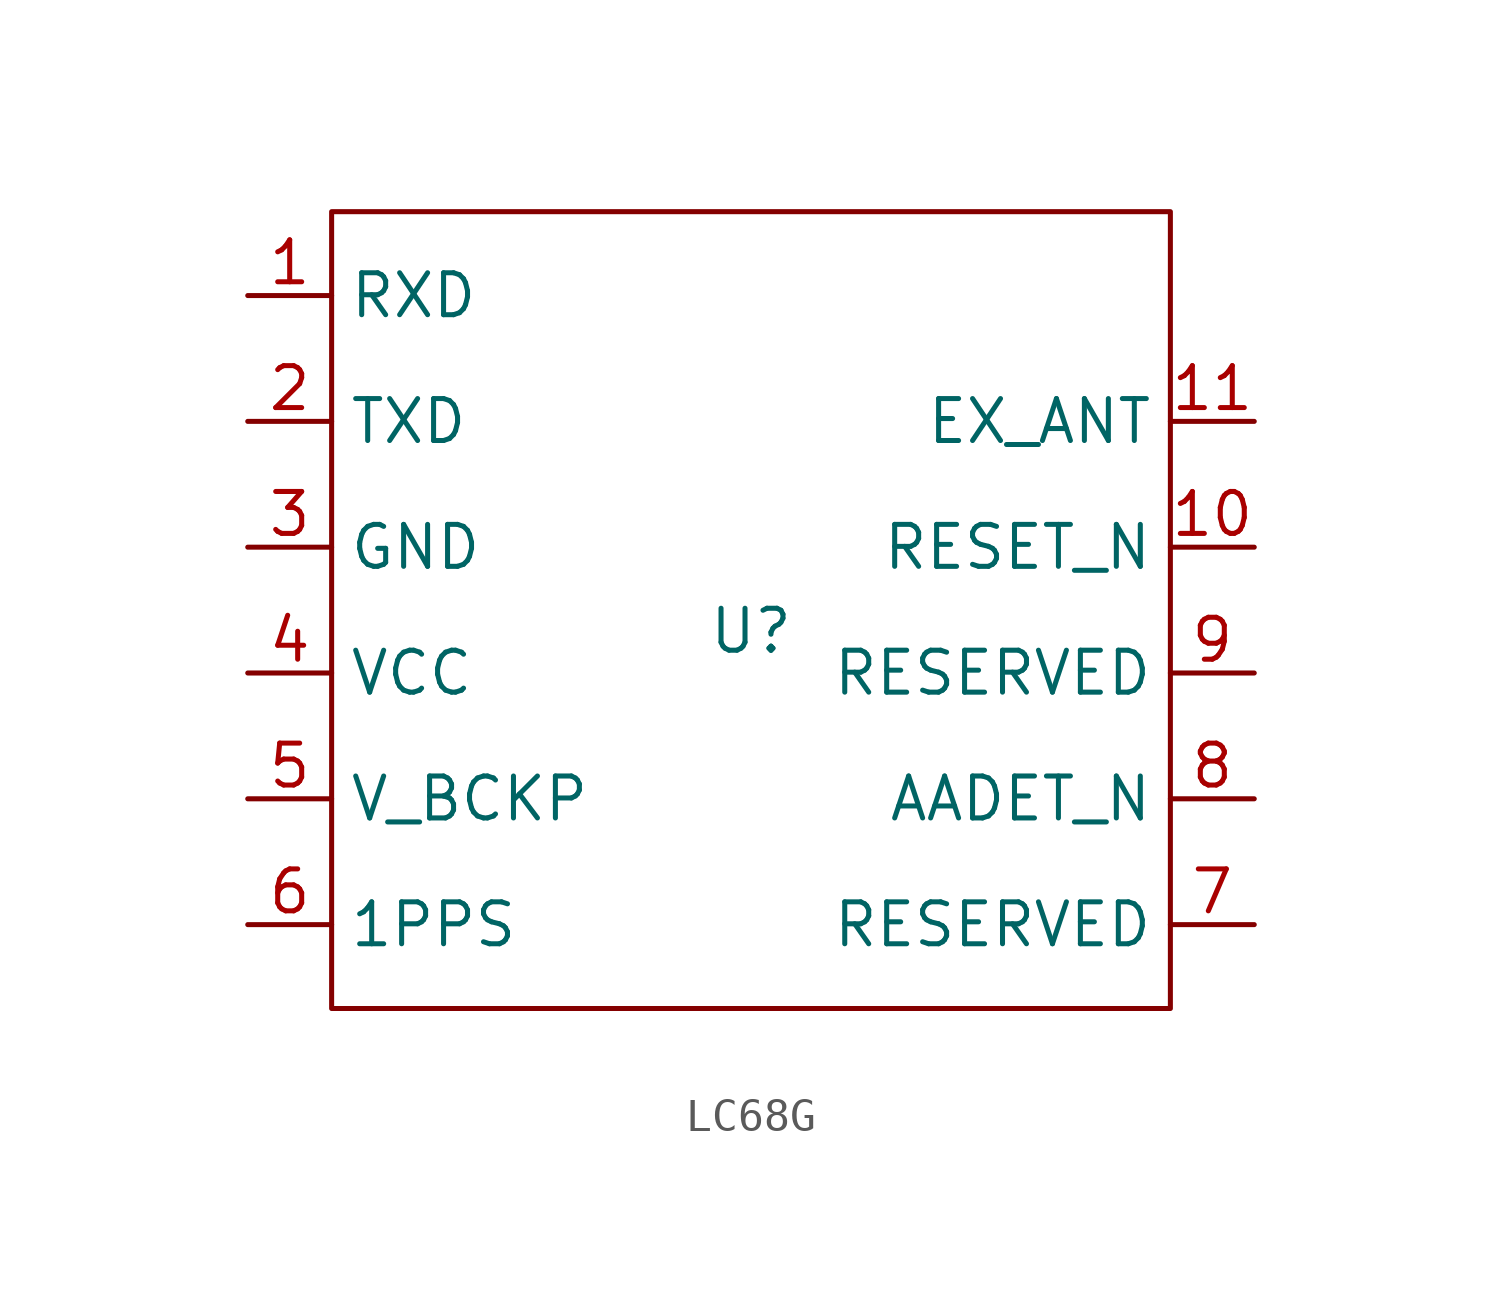
<source format=kicad_sym>
(kicad_symbol_lib
  (version 20241209)
  (generator "kicad_symbol_editor")
  (generator_version "9.0")
  (symbol "LC68G"
    (property "Reference" "U"
      (at 0 0 0)
      (effects (font (size 1.27 1.27))))
    (property "Value" ""
      (at 0 0 0)
      (effects (font (size 1.27 1.27))))
    (symbol "LC68G_0_1"
      (rectangle (start -12.7 12.7) (end 12.7 -11.43) (stroke (width 0) (type default)) (fill (type none))))
    (symbol "LC68G_1_1"
      (pin input line (at -15.24 10.16 0) (length 2.54) (name "RXD" (effects (font (size 1.27 1.27)))) (number "1" (effects (font (size 1.27 1.27)))))
      (pin input line (at -15.24 6.35 0) (length 2.54) (name "TXD" (effects (font (size 1.27 1.27)))) (number "2" (effects (font (size 1.27 1.27)))))
      (pin power_out line (at -15.24 2.54 0) (length 2.54) (name "GND" (effects (font (size 1.27 1.27)))) (number "3" (effects (font (size 1.27 1.27)))))
      (pin power_in line (at -15.24 -1.27 0) (length 2.54) (name "VCC" (effects (font (size 1.27 1.27)))) (number "4" (effects (font (size 1.27 1.27)))))
      (pin power_in line (at -15.24 -5.08 0) (length 2.54) (name "V_BCKP" (effects (font (size 1.27 1.27)))) (number "5" (effects (font (size 1.27 1.27)))))
      (pin input line (at -15.24 -8.89 0) (length 2.54) (name "1PPS" (effects (font (size 1.27 1.27)))) (number "6" (effects (font (size 1.27 1.27)))))
      (pin input line (at 15.24 6.35 180) (length 2.54) (name "EX_ANT" (effects (font (size 1.27 1.27)))) (number "11" (effects (font (size 1.27 1.27)))))
      (pin input line (at 15.24 2.54 180) (length 2.54) (name "RESET_N" (effects (font (size 1.27 1.27)))) (number "10" (effects (font (size 1.27 1.27)))))
      (pin input line (at 15.24 -1.27 180) (length 2.54) (name "RESERVED" (effects (font (size 1.27 1.27)))) (number "9" (effects (font (size 1.27 1.27)))))
      (pin input line (at 15.24 -5.08 180) (length 2.54) (name "AADET_N" (effects (font (size 1.27 1.27)))) (number "8" (effects (font (size 1.27 1.27)))))
      (pin input line (at 15.24 -8.89 180) (length 2.54) (name "RESERVED" (effects (font (size 1.27 1.27)))) (number "7" (effects (font (size 1.27 1.27))))))))
</source>
